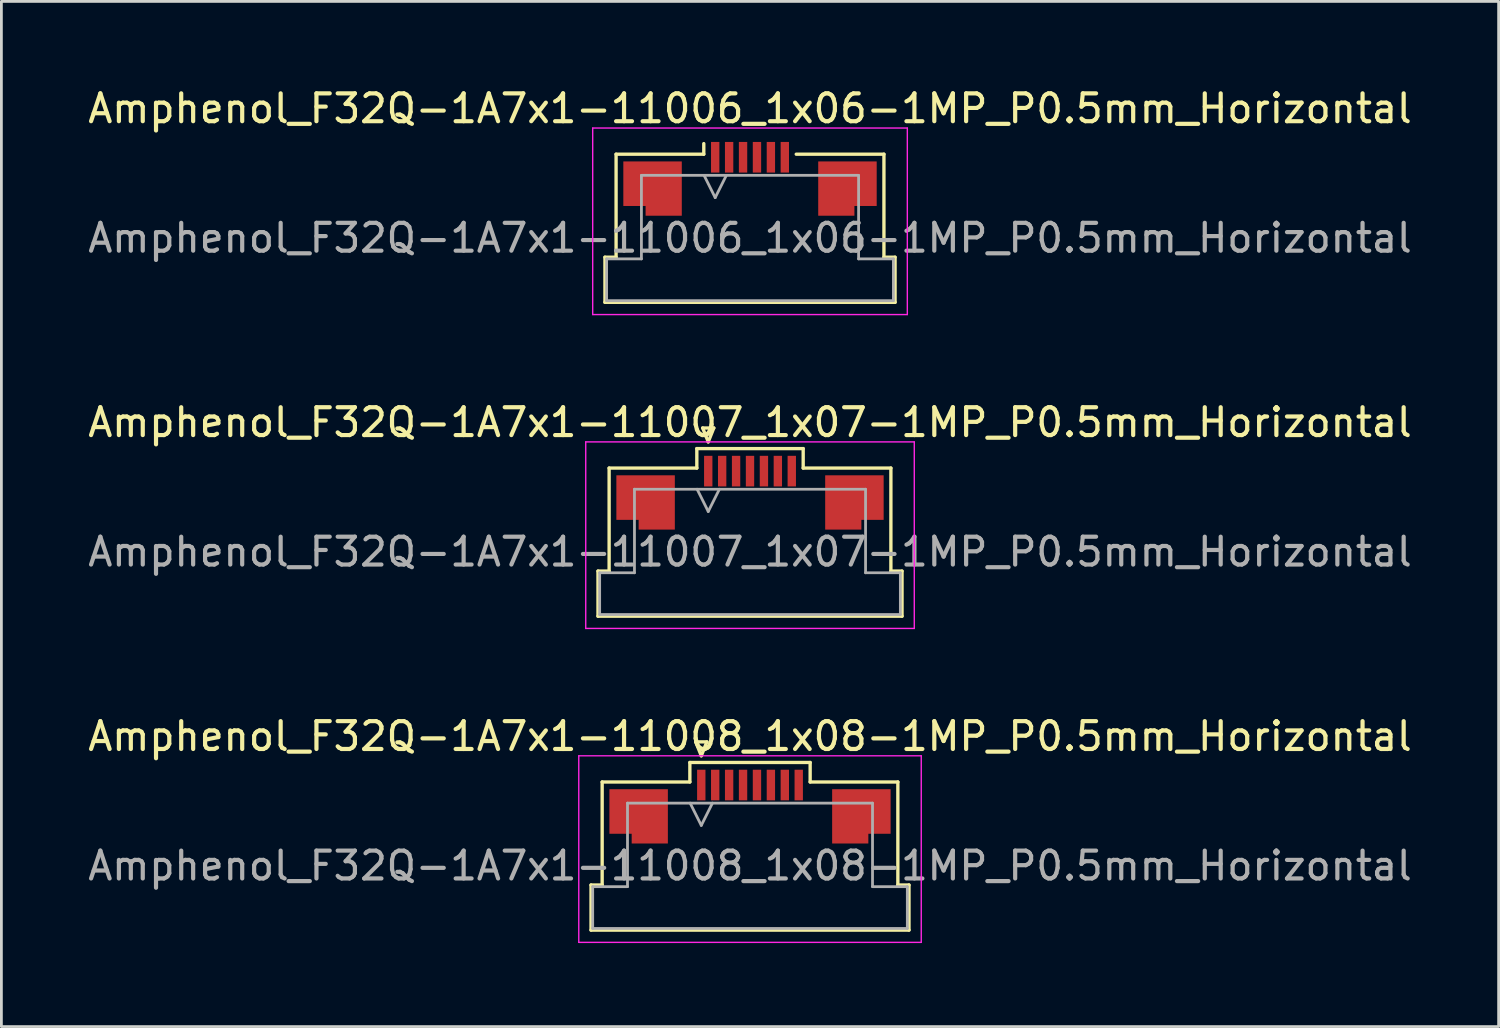
<source format=kicad_pcb>
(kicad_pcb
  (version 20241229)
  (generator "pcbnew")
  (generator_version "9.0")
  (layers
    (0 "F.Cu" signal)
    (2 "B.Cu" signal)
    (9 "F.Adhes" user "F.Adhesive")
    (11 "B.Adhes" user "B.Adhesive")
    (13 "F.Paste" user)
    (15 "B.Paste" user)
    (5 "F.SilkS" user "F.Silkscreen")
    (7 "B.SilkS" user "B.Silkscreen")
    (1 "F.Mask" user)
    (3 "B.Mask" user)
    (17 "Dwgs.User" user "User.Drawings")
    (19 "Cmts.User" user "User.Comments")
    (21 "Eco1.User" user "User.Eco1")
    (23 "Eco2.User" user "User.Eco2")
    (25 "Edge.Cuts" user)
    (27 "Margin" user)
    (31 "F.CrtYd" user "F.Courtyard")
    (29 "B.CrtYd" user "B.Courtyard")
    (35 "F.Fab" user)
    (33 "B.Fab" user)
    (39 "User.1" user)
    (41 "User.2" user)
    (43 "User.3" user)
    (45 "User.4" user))
  (footprint "Amphenol_F32Q-1A7x1-11007_1x07-1MP_P0.5mm_Horizontal"
    (layer "F.Cu")
    (at 23.887 16.771)
    (property "Reference" "Amphenol_F32Q-1A7x1-11007_1x07-1MP_P0.5mm_Horizontal" (at 0 -4.65 0) (layer "F.SilkS") (effects (font (size 1 1) (thickness 0.15))))
    (attr smd)
    (fp_line (start -5.46 0.69) (end -5.06 0.69) (stroke (width 0.12) (type solid)) (layer "F.SilkS"))
    (fp_line (start -5.46 2.31) (end -5.46 0.69) (stroke (width 0.12) (type solid)) (layer "F.SilkS"))
    (fp_line (start -5.06 -3.01) (end -1.91 -3.01) (stroke (width 0.12) (type solid)) (layer "F.SilkS"))
    (fp_line (start -5.06 0.69) (end -5.06 -3.01) (stroke (width 0.12) (type solid)) (layer "F.SilkS"))
    (fp_line (start -1.91 -3.71) (end 1.91 -3.71) (stroke (width 0.12) (type solid)) (layer "F.SilkS"))
    (fp_line (start -1.91 -3.01) (end -1.91 -3.71) (stroke (width 0.12) (type solid)) (layer "F.SilkS"))
    (fp_line (start -1.7 -4.45) (end -1.5 -3.95) (stroke (width 0.12) (type solid)) (layer "F.SilkS"))
    (fp_line (start -1.5 -3.95) (end -1.3 -4.45) (stroke (width 0.12) (type solid)) (layer "F.SilkS"))
    (fp_line (start -1.3 -4.45) (end -1.7 -4.45) (stroke (width 0.12) (type solid)) (layer "F.SilkS"))
    (fp_line (start 1.91 -3.71) (end 1.91 -3.01) (stroke (width 0.12) (type solid)) (layer "F.SilkS"))
    (fp_line (start 1.91 -3.01) (end 5.06 -3.01) (stroke (width 0.12) (type solid)) (layer "F.SilkS"))
    (fp_line (start 5.06 -3.01) (end 5.06 0.69) (stroke (width 0.12) (type solid)) (layer "F.SilkS"))
    (fp_line (start 5.06 0.69) (end 5.46 0.69) (stroke (width 0.12) (type solid)) (layer "F.SilkS"))
    (fp_line (start 5.46 0.69) (end 5.46 2.31) (stroke (width 0.12) (type solid)) (layer "F.SilkS"))
    (fp_line (start 5.46 2.31) (end -5.46 2.31) (stroke (width 0.12) (type solid)) (layer "F.SilkS"))
    (fp_line (start -5.9 -3.95) (end -5.9 2.75) (stroke (width 0.05) (type solid)) (layer "F.CrtYd"))
    (fp_line (start -5.9 2.75) (end 5.9 2.75) (stroke (width 0.05) (type solid)) (layer "F.CrtYd"))
    (fp_line (start 5.9 -3.95) (end -5.9 -3.95) (stroke (width 0.05) (type solid)) (layer "F.CrtYd"))
    (fp_line (start 5.9 2.75) (end 5.9 -3.95) (stroke (width 0.05) (type solid)) (layer "F.CrtYd"))
    (fp_line (start -5.4 0.75) (end -4.15 0.75) (stroke (width 0.1) (type solid)) (layer "F.Fab"))
    (fp_line (start -5.4 2.25) (end -5.4 0.75) (stroke (width 0.1) (type solid)) (layer "F.Fab"))
    (fp_line (start -4.15 -2.25) (end 4.15 -2.25) (stroke (width 0.1) (type solid)) (layer "F.Fab"))
    (fp_line (start -4.15 0.75) (end -4.15 -2.25) (stroke (width 0.1) (type solid)) (layer "F.Fab"))
    (fp_line (start -1.9 -2.25) (end -1.5 -1.45) (stroke (width 0.1) (type solid)) (layer "F.Fab"))
    (fp_line (start -1.5 -1.45) (end -1.1 -2.25) (stroke (width 0.1) (type solid)) (layer "F.Fab"))
    (fp_line (start 4.15 -2.25) (end 4.15 0.75) (stroke (width 0.1) (type solid)) (layer "F.Fab"))
    (fp_line (start 4.15 0.75) (end 5.4 0.75) (stroke (width 0.1) (type solid)) (layer "F.Fab"))
    (fp_line (start 5.4 0.75) (end 5.4 2.25) (stroke (width 0.1) (type solid)) (layer "F.Fab"))
    (fp_line (start 5.4 2.25) (end -5.4 2.25) (stroke (width 0.1) (type solid)) (layer "F.Fab"))
    (fp_text user "${REFERENCE}" (at 0 0 0) (layer "F.Fab") (effects (font (size 1 1) (thickness 0.15))))
    (pad "1" smd rect (at -1.5 -2.9) (size 0.3 1.1) (layers "F.Cu" "F.Mask" "F.Paste"))
    (pad "2" smd rect (at -1 -2.9) (size 0.3 1.1) (layers "F.Cu" "F.Mask" "F.Paste"))
    (pad "3" smd rect (at -0.5 -2.9) (size 0.3 1.1) (layers "F.Cu" "F.Mask" "F.Paste"))
    (pad "4" smd rect (at 0 -2.9) (size 0.3 1.1) (layers "F.Cu" "F.Mask" "F.Paste"))
    (pad "5" smd rect (at 0.5 -2.9) (size 0.3 1.1) (layers "F.Cu" "F.Mask" "F.Paste"))
    (pad "6" smd rect (at 1 -2.9) (size 0.3 1.1) (layers "F.Cu" "F.Mask" "F.Paste"))
    (pad "7" smd rect (at 1.5 -2.9) (size 0.3 1.1) (layers "F.Cu" "F.Mask" "F.Paste"))
    (pad "MP" smd custom (at -3.75 -1.775) (size 1 1) (layers "F.Cu" "F.Mask" "F.Paste") (options (anchor circle)) (primitives (gr_poly (pts (xy 1.05 -0.975) (xy 1.05 0.975) (xy -0.25 0.975) (xy -0.25 0.625) (xy -1.05 0.625) (xy -1.05 -0.975) (xy 1.05 -0.975)) (width 0) (fill yes))))
    (pad "MP" smd custom (at 3.75 -1.775) (size 1 1) (layers "F.Cu" "F.Mask" "F.Paste") (options (anchor circle)) (primitives (gr_poly (pts (xy -1.05 -0.975) (xy -1.05 0.975) (xy 0.25 0.975) (xy 0.25 0.625) (xy 1.05 0.625) (xy 1.05 -0.975) (xy -1.05 -0.975)) (width 0) (fill yes)))))
  (footprint "Amphenol_F32Q-1A7x1-11008_1x08-1MP_P0.5mm_Horizontal"
    (layer "F.Cu")
    (at 23.887 28.045)
    (property "Reference" "Amphenol_F32Q-1A7x1-11008_1x08-1MP_P0.5mm_Horizontal" (at 0 -4.65 0) (layer "F.SilkS") (effects (font (size 1 1) (thickness 0.15))))
    (attr smd)
    (fp_line (start -5.71 0.69) (end -5.31 0.69) (stroke (width 0.12) (type solid)) (layer "F.SilkS"))
    (fp_line (start -5.71 2.31) (end -5.71 0.69) (stroke (width 0.12) (type solid)) (layer "F.SilkS"))
    (fp_line (start -5.31 -3.01) (end -2.16 -3.01) (stroke (width 0.12) (type solid)) (layer "F.SilkS"))
    (fp_line (start -5.31 0.69) (end -5.31 -3.01) (stroke (width 0.12) (type solid)) (layer "F.SilkS"))
    (fp_line (start -2.16 -3.71) (end 2.16 -3.71) (stroke (width 0.12) (type solid)) (layer "F.SilkS"))
    (fp_line (start -2.16 -3.01) (end -2.16 -3.71) (stroke (width 0.12) (type solid)) (layer "F.SilkS"))
    (fp_line (start -1.95 -4.45) (end -1.75 -3.95) (stroke (width 0.12) (type solid)) (layer "F.SilkS"))
    (fp_line (start -1.75 -3.95) (end -1.55 -4.45) (stroke (width 0.12) (type solid)) (layer "F.SilkS"))
    (fp_line (start -1.55 -4.45) (end -1.95 -4.45) (stroke (width 0.12) (type solid)) (layer "F.SilkS"))
    (fp_line (start 2.16 -3.71) (end 2.16 -3.01) (stroke (width 0.12) (type solid)) (layer "F.SilkS"))
    (fp_line (start 2.16 -3.01) (end 5.31 -3.01) (stroke (width 0.12) (type solid)) (layer "F.SilkS"))
    (fp_line (start 5.31 -3.01) (end 5.31 0.69) (stroke (width 0.12) (type solid)) (layer "F.SilkS"))
    (fp_line (start 5.31 0.69) (end 5.71 0.69) (stroke (width 0.12) (type solid)) (layer "F.SilkS"))
    (fp_line (start 5.71 0.69) (end 5.71 2.31) (stroke (width 0.12) (type solid)) (layer "F.SilkS"))
    (fp_line (start 5.71 2.31) (end -5.71 2.31) (stroke (width 0.12) (type solid)) (layer "F.SilkS"))
    (fp_line (start -6.15 -3.95) (end -6.15 2.75) (stroke (width 0.05) (type solid)) (layer "F.CrtYd"))
    (fp_line (start -6.15 2.75) (end 6.15 2.75) (stroke (width 0.05) (type solid)) (layer "F.CrtYd"))
    (fp_line (start 6.15 -3.95) (end -6.15 -3.95) (stroke (width 0.05) (type solid)) (layer "F.CrtYd"))
    (fp_line (start 6.15 2.75) (end 6.15 -3.95) (stroke (width 0.05) (type solid)) (layer "F.CrtYd"))
    (fp_line (start -5.65 0.75) (end -4.4 0.75) (stroke (width 0.1) (type solid)) (layer "F.Fab"))
    (fp_line (start -5.65 2.25) (end -5.65 0.75) (stroke (width 0.1) (type solid)) (layer "F.Fab"))
    (fp_line (start -4.4 -2.25) (end 4.4 -2.25) (stroke (width 0.1) (type solid)) (layer "F.Fab"))
    (fp_line (start -4.4 0.75) (end -4.4 -2.25) (stroke (width 0.1) (type solid)) (layer "F.Fab"))
    (fp_line (start -2.15 -2.25) (end -1.75 -1.45) (stroke (width 0.1) (type solid)) (layer "F.Fab"))
    (fp_line (start -1.75 -1.45) (end -1.35 -2.25) (stroke (width 0.1) (type solid)) (layer "F.Fab"))
    (fp_line (start 4.4 -2.25) (end 4.4 0.75) (stroke (width 0.1) (type solid)) (layer "F.Fab"))
    (fp_line (start 4.4 0.75) (end 5.65 0.75) (stroke (width 0.1) (type solid)) (layer "F.Fab"))
    (fp_line (start 5.65 0.75) (end 5.65 2.25) (stroke (width 0.1) (type solid)) (layer "F.Fab"))
    (fp_line (start 5.65 2.25) (end -5.65 2.25) (stroke (width 0.1) (type solid)) (layer "F.Fab"))
    (fp_text user "${REFERENCE}" (at 0 0 0) (layer "F.Fab") (effects (font (size 1 1) (thickness 0.15))))
    (pad "1" smd rect (at -1.75 -2.9) (size 0.3 1.1) (layers "F.Cu" "F.Mask" "F.Paste"))
    (pad "2" smd rect (at -1.25 -2.9) (size 0.3 1.1) (layers "F.Cu" "F.Mask" "F.Paste"))
    (pad "3" smd rect (at -0.75 -2.9) (size 0.3 1.1) (layers "F.Cu" "F.Mask" "F.Paste"))
    (pad "4" smd rect (at -0.25 -2.9) (size 0.3 1.1) (layers "F.Cu" "F.Mask" "F.Paste"))
    (pad "5" smd rect (at 0.25 -2.9) (size 0.3 1.1) (layers "F.Cu" "F.Mask" "F.Paste"))
    (pad "6" smd rect (at 0.75 -2.9) (size 0.3 1.1) (layers "F.Cu" "F.Mask" "F.Paste"))
    (pad "7" smd rect (at 1.25 -2.9) (size 0.3 1.1) (layers "F.Cu" "F.Mask" "F.Paste"))
    (pad "8" smd rect (at 1.75 -2.9) (size 0.3 1.1) (layers "F.Cu" "F.Mask" "F.Paste"))
    (pad "MP" smd custom (at -4 -1.775) (size 1 1) (layers "F.Cu" "F.Mask" "F.Paste") (options (anchor circle)) (primitives (gr_poly (pts (xy 1.05 -0.975) (xy 1.05 0.975) (xy -0.25 0.975) (xy -0.25 0.625) (xy -1.05 0.625) (xy -1.05 -0.975) (xy 1.05 -0.975)) (width 0) (fill yes))))
    (pad "MP" smd custom (at 4 -1.775) (size 1 1) (layers "F.Cu" "F.Mask" "F.Paste") (options (anchor circle)) (primitives (gr_poly (pts (xy -1.05 -0.975) (xy -1.05 0.975) (xy 0.25 0.975) (xy 0.25 0.625) (xy 1.05 0.625) (xy 1.05 -0.975) (xy -1.05 -0.975)) (width 0) (fill yes)))))
  (footprint "Amphenol_F32Q-1A7x1-11006_1x06-1MP_P0.5mm_Horizontal"
    (layer "F.Cu")
    (at 23.887 5.498)
    (property "Reference" "Amphenol_F32Q-1A7x1-11006_1x06-1MP_P0.5mm_Horizontal" (at 0 -4.65 0) (layer "F.SilkS") (effects (font (size 1 1) (thickness 0.15))))
    (attr smd)
    (fp_line (start -5.21 0.69) (end -4.81 0.69) (stroke (width 0.12) (type solid)) (layer "F.SilkS"))
    (fp_line (start -5.21 2.31) (end -5.21 0.69) (stroke (width 0.12) (type solid)) (layer "F.SilkS"))
    (fp_line (start -4.81 -3.01) (end -1.66 -3.01) (stroke (width 0.12) (type solid)) (layer "F.SilkS"))
    (fp_line (start -4.81 0.69) (end -4.81 -3.01) (stroke (width 0.12) (type solid)) (layer "F.SilkS"))
    (fp_line (start -1.66 -3.01) (end -1.66 -3.39) (stroke (width 0.12) (type solid)) (layer "F.SilkS"))
    (fp_line (start 1.66 -3.01) (end 4.81 -3.01) (stroke (width 0.12) (type solid)) (layer "F.SilkS"))
    (fp_line (start 4.81 -3.01) (end 4.81 0.69) (stroke (width 0.12) (type solid)) (layer "F.SilkS"))
    (fp_line (start 4.81 0.69) (end 5.21 0.69) (stroke (width 0.12) (type solid)) (layer "F.SilkS"))
    (fp_line (start 5.21 0.69) (end 5.21 2.31) (stroke (width 0.12) (type solid)) (layer "F.SilkS"))
    (fp_line (start 5.21 2.31) (end -5.21 2.31) (stroke (width 0.12) (type solid)) (layer "F.SilkS"))
    (fp_line (start -5.65 -3.95) (end -5.65 2.75) (stroke (width 0.05) (type solid)) (layer "F.CrtYd"))
    (fp_line (start -5.65 2.75) (end 5.65 2.75) (stroke (width 0.05) (type solid)) (layer "F.CrtYd"))
    (fp_line (start 5.65 -3.95) (end -5.65 -3.95) (stroke (width 0.05) (type solid)) (layer "F.CrtYd"))
    (fp_line (start 5.65 2.75) (end 5.65 -3.95) (stroke (width 0.05) (type solid)) (layer "F.CrtYd"))
    (fp_line (start -5.15 0.75) (end -3.9 0.75) (stroke (width 0.1) (type solid)) (layer "F.Fab"))
    (fp_line (start -5.15 2.25) (end -5.15 0.75) (stroke (width 0.1) (type solid)) (layer "F.Fab"))
    (fp_line (start -3.9 -2.25) (end 3.9 -2.25) (stroke (width 0.1) (type solid)) (layer "F.Fab"))
    (fp_line (start -3.9 0.75) (end -3.9 -2.25) (stroke (width 0.1) (type solid)) (layer "F.Fab"))
    (fp_line (start -1.65 -2.25) (end -1.25 -1.45) (stroke (width 0.1) (type solid)) (layer "F.Fab"))
    (fp_line (start -1.25 -1.45) (end -0.85 -2.25) (stroke (width 0.1) (type solid)) (layer "F.Fab"))
    (fp_line (start 3.9 -2.25) (end 3.9 0.75) (stroke (width 0.1) (type solid)) (layer "F.Fab"))
    (fp_line (start 3.9 0.75) (end 5.15 0.75) (stroke (width 0.1) (type solid)) (layer "F.Fab"))
    (fp_line (start 5.15 0.75) (end 5.15 2.25) (stroke (width 0.1) (type solid)) (layer "F.Fab"))
    (fp_line (start 5.15 2.25) (end -5.15 2.25) (stroke (width 0.1) (type solid)) (layer "F.Fab"))
    (fp_text user "${REFERENCE}" (at 0 0 0) (layer "F.Fab") (effects (font (size 1 1) (thickness 0.15))))
    (pad "1" smd rect (at -1.25 -2.9) (size 0.3 1.1) (layers "F.Cu" "F.Mask" "F.Paste"))
    (pad "2" smd rect (at -0.75 -2.9) (size 0.3 1.1) (layers "F.Cu" "F.Mask" "F.Paste"))
    (pad "3" smd rect (at -0.25 -2.9) (size 0.3 1.1) (layers "F.Cu" "F.Mask" "F.Paste"))
    (pad "4" smd rect (at 0.25 -2.9) (size 0.3 1.1) (layers "F.Cu" "F.Mask" "F.Paste"))
    (pad "5" smd rect (at 0.75 -2.9) (size 0.3 1.1) (layers "F.Cu" "F.Mask" "F.Paste"))
    (pad "6" smd rect (at 1.25 -2.9) (size 0.3 1.1) (layers "F.Cu" "F.Mask" "F.Paste"))
    (pad "MP" smd custom (at -3.5 -1.775) (size 1 1) (layers "F.Cu" "F.Mask" "F.Paste") (options (anchor circle)) (primitives (gr_poly (pts (xy 1.05 -0.975) (xy 1.05 0.975) (xy -0.25 0.975) (xy -0.25 0.625) (xy -1.05 0.625) (xy -1.05 -0.975) (xy 1.05 -0.975)) (width 0) (fill yes))))
    (pad "MP" smd custom (at 3.5 -1.775) (size 1 1) (layers "F.Cu" "F.Mask" "F.Paste") (options (anchor circle)) (primitives (gr_poly (pts (xy -1.05 -0.975) (xy -1.05 0.975) (xy 0.25 0.975) (xy 0.25 0.625) (xy 1.05 0.625) (xy 1.05 -0.975) (xy -1.05 -0.975)) (width 0) (fill yes)))))
  (gr_rect
    (start -3 -3)
    (end 50.774 33.82)
    (stroke (width 0.1) (type default))
    (fill no)
    (layer "Edge.Cuts")))
</source>
